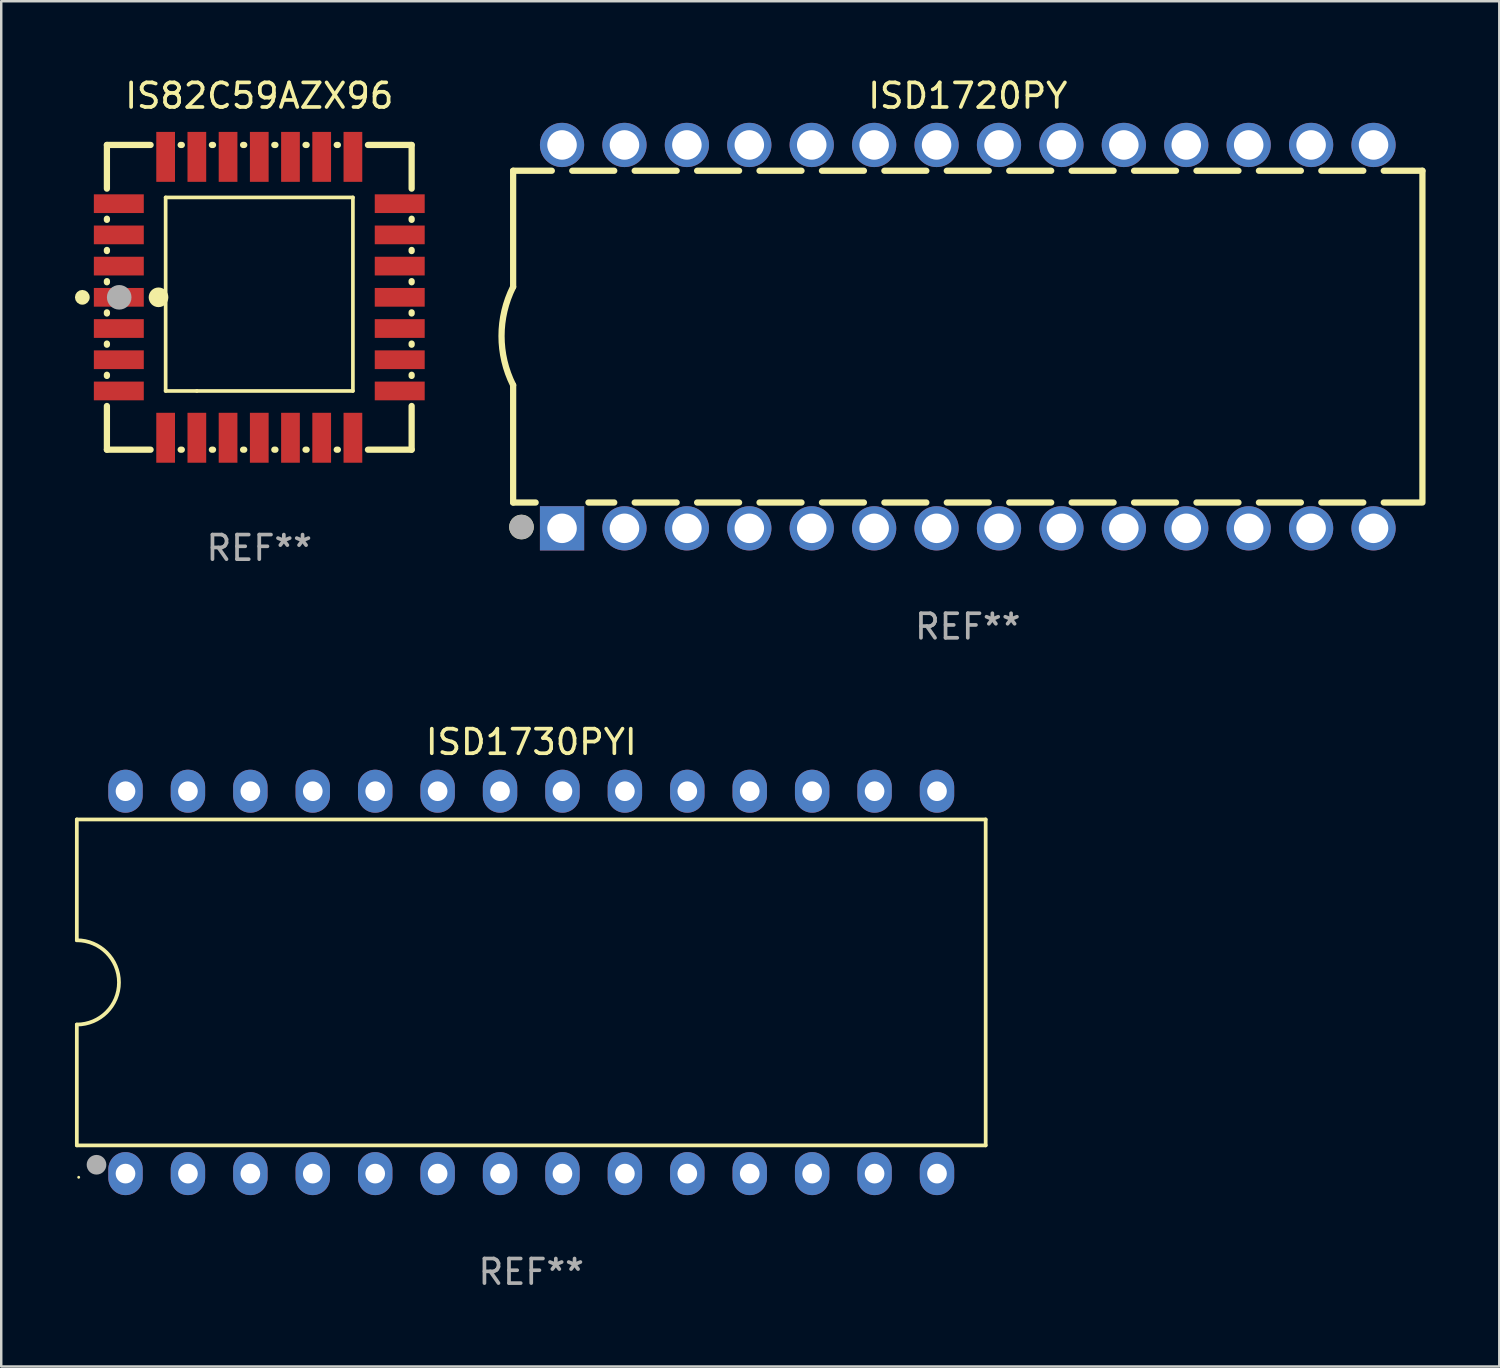
<source format=kicad_pcb>
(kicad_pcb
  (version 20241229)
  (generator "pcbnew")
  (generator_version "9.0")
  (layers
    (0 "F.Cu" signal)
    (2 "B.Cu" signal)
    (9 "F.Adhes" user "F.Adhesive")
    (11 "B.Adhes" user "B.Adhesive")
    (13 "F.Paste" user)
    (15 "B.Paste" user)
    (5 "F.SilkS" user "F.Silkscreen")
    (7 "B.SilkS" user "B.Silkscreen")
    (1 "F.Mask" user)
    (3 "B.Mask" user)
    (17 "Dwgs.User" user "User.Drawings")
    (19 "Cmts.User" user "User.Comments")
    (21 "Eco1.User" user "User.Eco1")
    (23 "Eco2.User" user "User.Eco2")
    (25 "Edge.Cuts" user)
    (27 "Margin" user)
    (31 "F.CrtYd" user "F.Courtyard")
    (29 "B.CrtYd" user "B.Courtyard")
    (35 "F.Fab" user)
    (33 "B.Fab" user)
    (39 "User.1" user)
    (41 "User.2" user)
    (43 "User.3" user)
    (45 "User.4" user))
  (footprint "ISD1720PY"
    (layer "F.Cu")
    (at 36.33 10.648)
    (property "Reference" "ISD1720PY" (at 0 -9.8 0) (layer "F.SilkS") (effects (font (size 1 1) (thickness 0.15))))
    (attr through_hole)
    (fp_line (start -18.5 -6.75) (end -18.5 -2.026) (stroke (width 0.254) (type solid)) (layer "F.SilkS"))
    (fp_line (start -18.5 -6.75) (end -16.926 -6.75) (stroke (width 0.254) (type solid)) (layer "F.SilkS"))
    (fp_line (start -18.5 6.75) (end -18.5 1.974) (stroke (width 0.254) (type solid)) (layer "F.SilkS"))
    (fp_line (start -18.5 6.75) (end -17.584 6.75) (stroke (width 0.254) (type solid)) (layer "F.SilkS"))
    (fp_line (start -16.094 -6.75) (end -14.386 -6.75) (stroke (width 0.254) (type solid)) (layer "F.SilkS"))
    (fp_line (start -15.436 6.75) (end -14.386 6.75) (stroke (width 0.254) (type solid)) (layer "F.SilkS"))
    (fp_line (start -13.554 -6.75) (end -11.846 -6.75) (stroke (width 0.254) (type solid)) (layer "F.SilkS"))
    (fp_line (start -13.554 6.75) (end -11.846 6.75) (stroke (width 0.254) (type solid)) (layer "F.SilkS"))
    (fp_line (start -11.014 -6.75) (end -9.306 -6.75) (stroke (width 0.254) (type solid)) (layer "F.SilkS"))
    (fp_line (start -11.014 6.75) (end -9.306 6.75) (stroke (width 0.254) (type solid)) (layer "F.SilkS"))
    (fp_line (start -8.474 -6.75) (end -6.766 -6.75) (stroke (width 0.254) (type solid)) (layer "F.SilkS"))
    (fp_line (start -8.474 6.75) (end -6.766 6.75) (stroke (width 0.254) (type solid)) (layer "F.SilkS"))
    (fp_line (start -5.934 -6.75) (end -4.226 -6.75) (stroke (width 0.254) (type solid)) (layer "F.SilkS"))
    (fp_line (start -5.934 6.75) (end -4.226 6.75) (stroke (width 0.254) (type solid)) (layer "F.SilkS"))
    (fp_line (start -3.394 -6.75) (end -1.686 -6.75) (stroke (width 0.254) (type solid)) (layer "F.SilkS"))
    (fp_line (start -3.394 6.75) (end -1.686 6.75) (stroke (width 0.254) (type solid)) (layer "F.SilkS"))
    (fp_line (start -0.854 -6.75) (end 0.854 -6.75) (stroke (width 0.254) (type solid)) (layer "F.SilkS"))
    (fp_line (start -0.854 6.75) (end 0.854 6.75) (stroke (width 0.254) (type solid)) (layer "F.SilkS"))
    (fp_line (start 1.686 -6.75) (end 3.394 -6.75) (stroke (width 0.254) (type solid)) (layer "F.SilkS"))
    (fp_line (start 1.686 6.75) (end 3.394 6.75) (stroke (width 0.254) (type solid)) (layer "F.SilkS"))
    (fp_line (start 4.226 -6.75) (end 5.934 -6.75) (stroke (width 0.254) (type solid)) (layer "F.SilkS"))
    (fp_line (start 4.226 6.75) (end 5.934 6.75) (stroke (width 0.254) (type solid)) (layer "F.SilkS"))
    (fp_line (start 6.766 -6.75) (end 8.474 -6.75) (stroke (width 0.254) (type solid)) (layer "F.SilkS"))
    (fp_line (start 6.766 6.75) (end 8.474 6.75) (stroke (width 0.254) (type solid)) (layer "F.SilkS"))
    (fp_line (start 9.306 -6.75) (end 11.014 -6.75) (stroke (width 0.254) (type solid)) (layer "F.SilkS"))
    (fp_line (start 9.306 6.75) (end 11.014 6.75) (stroke (width 0.254) (type solid)) (layer "F.SilkS"))
    (fp_line (start 11.846 -6.75) (end 13.554 -6.75) (stroke (width 0.254) (type solid)) (layer "F.SilkS"))
    (fp_line (start 11.846 6.75) (end 13.554 6.75) (stroke (width 0.254) (type solid)) (layer "F.SilkS"))
    (fp_line (start 14.386 -6.75) (end 16.094 -6.75) (stroke (width 0.254) (type solid)) (layer "F.SilkS"))
    (fp_line (start 14.386 6.75) (end 16.094 6.75) (stroke (width 0.254) (type solid)) (layer "F.SilkS"))
    (fp_line (start 16.926 -6.75) (end 18.5 -6.75) (stroke (width 0.254) (type solid)) (layer "F.SilkS"))
    (fp_line (start 16.926 6.75) (end 18.415 6.75) (stroke (width 0.254) (type solid)) (layer "F.SilkS"))
    (fp_line (start 18.5 6.75) (end 18.5 -6.75) (stroke (width 0.254) (type solid)) (layer "F.SilkS"))
    (fp_arc (start -18.500051 1.974384) (mid -18.972187 -0.025616) (end -18.500051 -2.025616) (stroke (width 0.254001) (type solid)) (layer "F.SilkS"))
    (fp_circle (center -18.5 7.8) (end -18.47 7.8) (stroke (width 0.06) (type solid)) (fill no) (layer "F.SilkS"))
    (fp_circle (center -18.161 7.747) (end -17.911 7.747) (stroke (width 0.5) (type solid)) (fill no) (layer "F.SilkS"))
    (fp_circle (center -18.161 7.747) (end -17.911 7.747) (stroke (width 0.5) (type solid)) (fill no) (layer "F.Fab"))
    (fp_text user "REF**" (at 0 11.8 0) (layer "F.Fab") (effects (font (size 1 1) (thickness 0.15))))
    (pad "1" thru_hole rect (at -16.51 7.8) (size 1.8 1.8) (drill 1.2) (layers "*.Cu" "*.Mask"))
    (pad "2" thru_hole circle (at -13.97 7.8) (size 1.8 1.8) (drill 1.2) (layers "*.Cu" "*.Mask"))
    (pad "3" thru_hole circle (at -11.43 7.8) (size 1.8 1.8) (drill 1.2) (layers "*.Cu" "*.Mask"))
    (pad "4" thru_hole circle (at -8.89 7.8) (size 1.8 1.8) (drill 1.2) (layers "*.Cu" "*.Mask"))
    (pad "5" thru_hole circle (at -6.35 7.8) (size 1.8 1.8) (drill 1.2) (layers "*.Cu" "*.Mask"))
    (pad "6" thru_hole circle (at -3.81 7.8) (size 1.8 1.8) (drill 1.2) (layers "*.Cu" "*.Mask"))
    (pad "7" thru_hole circle (at -1.27 7.8) (size 1.8 1.8) (drill 1.2) (layers "*.Cu" "*.Mask"))
    (pad "8" thru_hole circle (at 1.27 7.8) (size 1.8 1.8) (drill 1.2) (layers "*.Cu" "*.Mask"))
    (pad "9" thru_hole circle (at 3.81 7.8) (size 1.8 1.8) (drill 1.2) (layers "*.Cu" "*.Mask"))
    (pad "10" thru_hole circle (at 6.35 7.8) (size 1.8 1.8) (drill 1.2) (layers "*.Cu" "*.Mask"))
    (pad "11" thru_hole circle (at 8.89 7.8) (size 1.8 1.8) (drill 1.2) (layers "*.Cu" "*.Mask"))
    (pad "12" thru_hole circle (at 11.43 7.8) (size 1.8 1.8) (drill 1.2) (layers "*.Cu" "*.Mask"))
    (pad "13" thru_hole circle (at 13.97 7.8) (size 1.8 1.8) (drill 1.2) (layers "*.Cu" "*.Mask"))
    (pad "14" thru_hole circle (at 16.51 7.8) (size 1.8 1.8) (drill 1.2) (layers "*.Cu" "*.Mask"))
    (pad "15" thru_hole circle (at 16.51 -7.8) (size 1.8 1.8) (drill 1.2) (layers "*.Cu" "*.Mask"))
    (pad "16" thru_hole circle (at 13.97 -7.8) (size 1.8 1.8) (drill 1.2) (layers "*.Cu" "*.Mask"))
    (pad "17" thru_hole circle (at 11.43 -7.8) (size 1.8 1.8) (drill 1.2) (layers "*.Cu" "*.Mask"))
    (pad "18" thru_hole circle (at 8.89 -7.8) (size 1.8 1.8) (drill 1.2) (layers "*.Cu" "*.Mask"))
    (pad "19" thru_hole circle (at 6.35 -7.8) (size 1.8 1.8) (drill 1.2) (layers "*.Cu" "*.Mask"))
    (pad "20" thru_hole circle (at 3.81 -7.8) (size 1.8 1.8) (drill 1.2) (layers "*.Cu" "*.Mask"))
    (pad "21" thru_hole circle (at 1.27 -7.8) (size 1.8 1.8) (drill 1.2) (layers "*.Cu" "*.Mask"))
    (pad "22" thru_hole circle (at -1.27 -7.8) (size 1.8 1.8) (drill 1.2) (layers "*.Cu" "*.Mask"))
    (pad "23" thru_hole circle (at -3.81 -7.8) (size 1.8 1.8) (drill 1.2) (layers "*.Cu" "*.Mask"))
    (pad "24" thru_hole circle (at -6.35 -7.8) (size 1.8 1.8) (drill 1.2) (layers "*.Cu" "*.Mask"))
    (pad "25" thru_hole circle (at -8.89 -7.8) (size 1.8 1.8) (drill 1.2) (layers "*.Cu" "*.Mask"))
    (pad "26" thru_hole circle (at -11.43 -7.8) (size 1.8 1.8) (drill 1.2) (layers "*.Cu" "*.Mask"))
    (pad "27" thru_hole circle (at -13.97 -7.8) (size 1.8 1.8) (drill 1.2) (layers "*.Cu" "*.Mask"))
    (pad "28" thru_hole circle (at -16.51 -7.8) (size 1.8 1.8) (drill 1.2) (layers "*.Cu" "*.Mask")))
  (footprint "IS82C59AZX96"
    (layer "F.Cu")
    (at 7.5 9.048)
    (property "Reference" "IS82C59AZX96" (at 0 -8.2 0) (layer "F.SilkS") (effects (font (size 1 1) (thickness 0.15))))
    (attr through_hole)
    (fp_line (start -6.2 -6.2) (end -4.422 -6.2) (stroke (width 0.254) (type solid)) (layer "F.SilkS"))
    (fp_line (start -6.2 -4.422) (end -6.2 -6.2) (stroke (width 0.254) (type solid)) (layer "F.SilkS"))
    (fp_line (start -6.2 -3.152) (end -6.2 -3.198) (stroke (width 0.254) (type solid)) (layer "F.SilkS"))
    (fp_line (start -6.2 -1.882) (end -6.2 -1.928) (stroke (width 0.254) (type solid)) (layer "F.SilkS"))
    (fp_line (start -6.2 -0.612) (end -6.2 -0.658) (stroke (width 0.254) (type solid)) (layer "F.SilkS"))
    (fp_line (start -6.2 0.658) (end -6.2 0.612) (stroke (width 0.254) (type solid)) (layer "F.SilkS"))
    (fp_line (start -6.2 1.928) (end -6.2 1.882) (stroke (width 0.254) (type solid)) (layer "F.SilkS"))
    (fp_line (start -6.2 3.198) (end -6.2 3.152) (stroke (width 0.254) (type solid)) (layer "F.SilkS"))
    (fp_line (start -6.2 6.2) (end -6.2 4.422) (stroke (width 0.254) (type solid)) (layer "F.SilkS"))
    (fp_line (start -4.422 6.2) (end -6.2 6.2) (stroke (width 0.254) (type solid)) (layer "F.SilkS"))
    (fp_line (start -3.81 -4.064) (end 3.81 -4.064) (stroke (width 0.15) (type solid)) (layer "F.SilkS"))
    (fp_line (start -3.81 3.81) (end -3.81 -4.064) (stroke (width 0.15) (type solid)) (layer "F.SilkS"))
    (fp_line (start -3.198 -6.2) (end -3.152 -6.2) (stroke (width 0.254) (type solid)) (layer "F.SilkS"))
    (fp_line (start -3.152 6.2) (end -3.198 6.2) (stroke (width 0.254) (type solid)) (layer "F.SilkS"))
    (fp_line (start -2.54 3.81) (end -3.81 3.81) (stroke (width 0.15) (type solid)) (layer "F.SilkS"))
    (fp_line (start -1.928 -6.2) (end -1.882 -6.2) (stroke (width 0.254) (type solid)) (layer "F.SilkS"))
    (fp_line (start -1.882 6.2) (end -1.928 6.2) (stroke (width 0.254) (type solid)) (layer "F.SilkS"))
    (fp_line (start -0.658 -6.2) (end -0.612 -6.2) (stroke (width 0.254) (type solid)) (layer "F.SilkS"))
    (fp_line (start -0.612 6.2) (end -0.658 6.2) (stroke (width 0.254) (type solid)) (layer "F.SilkS"))
    (fp_line (start 0.612 -6.2) (end 0.658 -6.2) (stroke (width 0.254) (type solid)) (layer "F.SilkS"))
    (fp_line (start 0.658 6.2) (end 0.612 6.2) (stroke (width 0.254) (type solid)) (layer "F.SilkS"))
    (fp_line (start 1.882 -6.2) (end 1.928 -6.2) (stroke (width 0.254) (type solid)) (layer "F.SilkS"))
    (fp_line (start 1.928 6.2) (end 1.882 6.2) (stroke (width 0.254) (type solid)) (layer "F.SilkS"))
    (fp_line (start 3.152 -6.2) (end 3.198 -6.2) (stroke (width 0.254) (type solid)) (layer "F.SilkS"))
    (fp_line (start 3.198 6.2) (end 3.152 6.2) (stroke (width 0.254) (type solid)) (layer "F.SilkS"))
    (fp_line (start 3.81 -4.064) (end 3.81 3.81) (stroke (width 0.15) (type solid)) (layer "F.SilkS"))
    (fp_line (start 3.81 3.81) (end -2.54 3.81) (stroke (width 0.15) (type solid)) (layer "F.SilkS"))
    (fp_line (start 4.422 -6.2) (end 6.2 -6.2) (stroke (width 0.254) (type solid)) (layer "F.SilkS"))
    (fp_line (start 6.2 -6.2) (end 6.2 -4.422) (stroke (width 0.254) (type solid)) (layer "F.SilkS"))
    (fp_line (start 6.2 -3.198) (end 6.2 -3.152) (stroke (width 0.254) (type solid)) (layer "F.SilkS"))
    (fp_line (start 6.2 -1.928) (end 6.2 -1.882) (stroke (width 0.254) (type solid)) (layer "F.SilkS"))
    (fp_line (start 6.2 -0.658) (end 6.2 -0.612) (stroke (width 0.254) (type solid)) (layer "F.SilkS"))
    (fp_line (start 6.2 0.612) (end 6.2 0.658) (stroke (width 0.254) (type solid)) (layer "F.SilkS"))
    (fp_line (start 6.2 1.882) (end 6.2 1.928) (stroke (width 0.254) (type solid)) (layer "F.SilkS"))
    (fp_line (start 6.2 3.152) (end 6.2 3.198) (stroke (width 0.254) (type solid)) (layer "F.SilkS"))
    (fp_line (start 6.2 4.422) (end 6.2 6.2) (stroke (width 0.254) (type solid)) (layer "F.SilkS"))
    (fp_line (start 6.2 6.2) (end 4.422 6.2) (stroke (width 0.254) (type solid)) (layer "F.SilkS"))
    (fp_circle (center -7.2 0) (end -7.05 0) (stroke (width 0.3) (type solid)) (fill no) (layer "F.SilkS"))
    (fp_circle (center -6.223 6.223) (end -6.193 6.223) (stroke (width 0.06) (type solid)) (fill no) (layer "F.SilkS"))
    (fp_circle (center -4.1 0) (end -3.9 0) (stroke (width 0.4) (type solid)) (fill no) (layer "F.SilkS"))
    (fp_circle (center -5.7 0) (end -5.45 0) (stroke (width 0.5) (type solid)) (fill no) (layer "F.Fab"))
    (fp_text user "REF**" (at 0 10.2 0) (layer "F.Fab") (effects (font (size 1 1) (thickness 0.15))))
    (pad "1" smd rect (at -5.715 0) (size 2.032 0.762) (layers "F.Cu" "F.Mask" "F.Paste"))
    (pad "2" smd rect (at -5.715 1.27) (size 2.032 0.762) (layers "F.Cu" "F.Mask" "F.Paste"))
    (pad "3" smd rect (at -5.715 2.54) (size 2.032 0.762) (layers "F.Cu" "F.Mask" "F.Paste"))
    (pad "4" smd rect (at -5.715 3.81) (size 2.032 0.762) (layers "F.Cu" "F.Mask" "F.Paste"))
    (pad "5" smd rect (at -3.81 5.715) (size 0.762 2.032) (layers "F.Cu" "F.Mask" "F.Paste"))
    (pad "6" smd rect (at -2.54 5.715) (size 0.762 2.032) (layers "F.Cu" "F.Mask" "F.Paste"))
    (pad "7" smd rect (at -1.27 5.715) (size 0.762 2.032) (layers "F.Cu" "F.Mask" "F.Paste"))
    (pad "8" smd rect (at 0 5.715) (size 0.762 2.032) (layers "F.Cu" "F.Mask" "F.Paste"))
    (pad "9" smd rect (at 1.27 5.715) (size 0.762 2.032) (layers "F.Cu" "F.Mask" "F.Paste"))
    (pad "10" smd rect (at 2.54 5.715) (size 0.762 2.032) (layers "F.Cu" "F.Mask" "F.Paste"))
    (pad "11" smd rect (at 3.81 5.715) (size 0.762 2.032) (layers "F.Cu" "F.Mask" "F.Paste"))
    (pad "12" smd rect (at 5.715 3.81) (size 2.032 0.762) (layers "F.Cu" "F.Mask" "F.Paste"))
    (pad "13" smd rect (at 5.715 2.54) (size 2.032 0.762) (layers "F.Cu" "F.Mask" "F.Paste"))
    (pad "14" smd rect (at 5.715 1.27) (size 2.032 0.762) (layers "F.Cu" "F.Mask" "F.Paste"))
    (pad "15" smd rect (at 5.715 0) (size 2.032 0.762) (layers "F.Cu" "F.Mask" "F.Paste"))
    (pad "16" smd rect (at 5.715 -1.27) (size 2.032 0.762) (layers "F.Cu" "F.Mask" "F.Paste"))
    (pad "17" smd rect (at 5.715 -2.54) (size 2.032 0.762) (layers "F.Cu" "F.Mask" "F.Paste"))
    (pad "18" smd rect (at 5.715 -3.81) (size 2.032 0.762) (layers "F.Cu" "F.Mask" "F.Paste"))
    (pad "19" smd rect (at 3.81 -5.715) (size 0.762 2.032) (layers "F.Cu" "F.Mask" "F.Paste"))
    (pad "20" smd rect (at 2.54 -5.715) (size 0.762 2.032) (layers "F.Cu" "F.Mask" "F.Paste"))
    (pad "21" smd rect (at 1.27 -5.715) (size 0.762 2.032) (layers "F.Cu" "F.Mask" "F.Paste"))
    (pad "22" smd rect (at 0 -5.715) (size 0.762 2.032) (layers "F.Cu" "F.Mask" "F.Paste"))
    (pad "23" smd rect (at -1.27 -5.715) (size 0.762 2.032) (layers "F.Cu" "F.Mask" "F.Paste"))
    (pad "24" smd rect (at -2.54 -5.715) (size 0.762 2.032) (layers "F.Cu" "F.Mask" "F.Paste"))
    (pad "25" smd rect (at -3.81 -5.715) (size 0.762 2.032) (layers "F.Cu" "F.Mask" "F.Paste"))
    (pad "26" smd rect (at -5.715 -3.81) (size 2.032 0.762) (layers "F.Cu" "F.Mask" "F.Paste"))
    (pad "27" smd rect (at -5.715 -2.54) (size 2.032 0.762) (layers "F.Cu" "F.Mask" "F.Paste"))
    (pad "28" smd rect (at -5.715 -1.27) (size 2.032 0.762) (layers "F.Cu" "F.Mask" "F.Paste")))
  (footprint "ISD1730PYI"
    (layer "F.Cu")
    (at 18.567 36.925)
    (property "Reference" "ISD1730PYI" (at 0 -9.78 0) (layer "F.SilkS") (effects (font (size 1 1) (thickness 0.15))))
    (attr through_hole)
    (fp_line (start -18.491 -6.631) (end -18.491 -1.715) (stroke (width 0.152) (type solid)) (layer "F.SilkS"))
    (fp_line (start -18.491 1.715) (end -18.491 6.631) (stroke (width 0.152) (type solid)) (layer "F.SilkS"))
    (fp_line (start -18.491 6.631) (end 18.491 6.631) (stroke (width 0.152) (type solid)) (layer "F.SilkS"))
    (fp_line (start 18.491 -6.631) (end -18.491 -6.631) (stroke (width 0.152) (type solid)) (layer "F.SilkS"))
    (fp_line (start 18.491 6.631) (end 18.491 -6.631) (stroke (width 0.152) (type solid)) (layer "F.SilkS"))
    (fp_arc (start -18.491211 -1.715001) (mid -16.776213 0.000001) (end -18.491212 1.715001) (stroke (width 0.1524) (type solid)) (layer "F.SilkS"))
    (fp_circle (center -18.415 7.93) (end -18.385 7.93) (stroke (width 0.06) (type solid)) (fill no) (layer "F.SilkS"))
    (fp_circle (center -17.69 7.425) (end -17.47 7.425) (stroke (width 0.15) (type solid)) (fill no) (layer "F.SilkS"))
    (fp_circle (center -17.69 7.42) (end -17.49 7.42) (stroke (width 0.4) (type solid)) (fill no) (layer "F.Fab"))
    (fp_text user "REF**" (at 0 11.78 0) (layer "F.Fab") (effects (font (size 1 1) (thickness 0.15))))
    (pad "1" thru_hole oval (at -16.51 7.78) (size 1.4 1.75) (drill 0.8) (layers "*.Cu" "*.Mask"))
    (pad "2" thru_hole oval (at -13.97 7.78) (size 1.4 1.75) (drill 0.8) (layers "*.Cu" "*.Mask"))
    (pad "3" thru_hole oval (at -11.43 7.78) (size 1.4 1.75) (drill 0.8) (layers "*.Cu" "*.Mask"))
    (pad "4" thru_hole oval (at -8.89 7.78) (size 1.4 1.75) (drill 0.8) (layers "*.Cu" "*.Mask"))
    (pad "5" thru_hole oval (at -6.35 7.78) (size 1.4 1.75) (drill 0.8) (layers "*.Cu" "*.Mask"))
    (pad "6" thru_hole oval (at -3.81 7.78) (size 1.4 1.75) (drill 0.8) (layers "*.Cu" "*.Mask"))
    (pad "7" thru_hole oval (at -1.27 7.78) (size 1.4 1.75) (drill 0.8) (layers "*.Cu" "*.Mask"))
    (pad "8" thru_hole oval (at 1.27 7.78) (size 1.4 1.75) (drill 0.8) (layers "*.Cu" "*.Mask"))
    (pad "9" thru_hole oval (at 3.81 7.78) (size 1.4 1.75) (drill 0.8) (layers "*.Cu" "*.Mask"))
    (pad "10" thru_hole oval (at 6.35 7.78) (size 1.4 1.75) (drill 0.8) (layers "*.Cu" "*.Mask"))
    (pad "11" thru_hole oval (at 8.89 7.78) (size 1.4 1.75) (drill 0.8) (layers "*.Cu" "*.Mask"))
    (pad "12" thru_hole oval (at 11.43 7.78) (size 1.4 1.75) (drill 0.8) (layers "*.Cu" "*.Mask"))
    (pad "13" thru_hole oval (at 13.97 7.78) (size 1.4 1.75) (drill 0.8) (layers "*.Cu" "*.Mask"))
    (pad "14" thru_hole oval (at 16.51 7.78) (size 1.4 1.75) (drill 0.8) (layers "*.Cu" "*.Mask"))
    (pad "15" thru_hole oval (at 16.51 -7.78) (size 1.4 1.75) (drill 0.8) (layers "*.Cu" "*.Mask"))
    (pad "16" thru_hole oval (at 13.97 -7.78) (size 1.4 1.75) (drill 0.8) (layers "*.Cu" "*.Mask"))
    (pad "17" thru_hole oval (at 11.43 -7.78) (size 1.4 1.75) (drill 0.8) (layers "*.Cu" "*.Mask"))
    (pad "18" thru_hole oval (at 8.89 -7.78) (size 1.4 1.75) (drill 0.8) (layers "*.Cu" "*.Mask"))
    (pad "19" thru_hole oval (at 6.35 -7.78) (size 1.4 1.75) (drill 0.8) (layers "*.Cu" "*.Mask"))
    (pad "20" thru_hole oval (at 3.81 -7.78) (size 1.4 1.75) (drill 0.8) (layers "*.Cu" "*.Mask"))
    (pad "21" thru_hole oval (at 1.27 -7.78) (size 1.4 1.75) (drill 0.8) (layers "*.Cu" "*.Mask"))
    (pad "22" thru_hole oval (at -1.27 -7.78) (size 1.4 1.75) (drill 0.8) (layers "*.Cu" "*.Mask"))
    (pad "23" thru_hole oval (at -3.81 -7.78) (size 1.4 1.75) (drill 0.8) (layers "*.Cu" "*.Mask"))
    (pad "24" thru_hole oval (at -6.35 -7.78) (size 1.4 1.75) (drill 0.8) (layers "*.Cu" "*.Mask"))
    (pad "25" thru_hole oval (at -8.89 -7.78) (size 1.4 1.75) (drill 0.8) (layers "*.Cu" "*.Mask"))
    (pad "26" thru_hole oval (at -11.43 -7.78) (size 1.4 1.75) (drill 0.8) (layers "*.Cu" "*.Mask"))
    (pad "27" thru_hole oval (at -13.97 -7.78) (size 1.4 1.75) (drill 0.8) (layers "*.Cu" "*.Mask"))
    (pad "28" thru_hole oval (at -16.51 -7.78) (size 1.4 1.75) (drill 0.8) (layers "*.Cu" "*.Mask")))
  (gr_rect
    (start -3 -3)
    (end 57.957 52.553)
    (stroke (width 0.1) (type default))
    (fill no)
    (layer "Edge.Cuts")))
</source>
